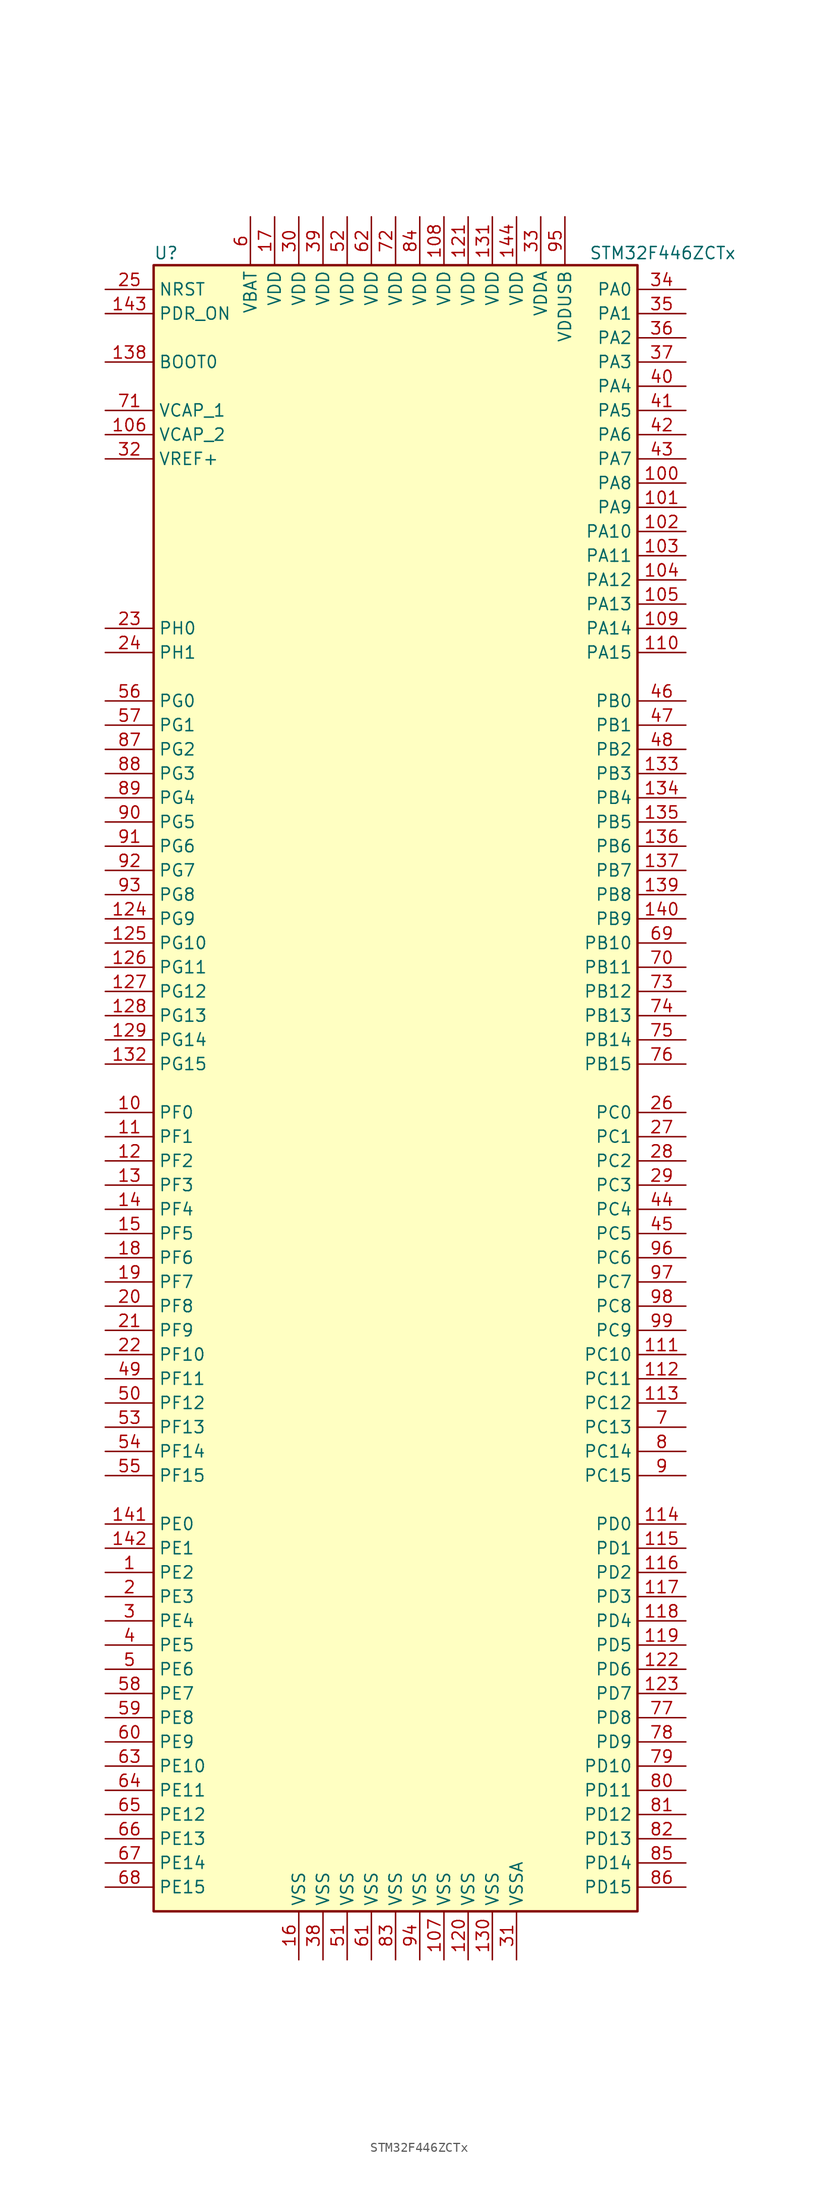
<source format=kicad_sym>
(kicad_symbol_lib
  (version 20201005)
  (generator kicad_symbol_editor)
  (symbol "MCU_ST_STM32F4:STM32F446ZCTx"
    (property "Reference" "U"
      (at -25.4 87.63 0)
      (effects (font (size 1.27 1.27)) (justify left)))
    (property "Value" "STM32F446ZCTx"
      (at 20.32 87.63 0)
      (effects (font (size 1.27 1.27)) (justify left)))
    (symbol "STM32F446ZCTx_0_1"
      (rectangle (start -25.4 -86.36) (end 25.4 86.36) (stroke (width 0.254)) (fill (type background))))
    (symbol "STM32F446ZCTx_1_1"
      (pin input line (at -30.48 76.2 0) (length 5.08) (name "BOOT0" (effects (font (size 1.27 1.27)))) (number "138" (effects (font (size 1.27 1.27)))))
      (pin input line (at -30.48 83.82 0) (length 5.08) (name "NRST" (effects (font (size 1.27 1.27)))) (number "25" (effects (font (size 1.27 1.27)))))
      (pin bidirectional line (at 30.48 83.82 180) (length 5.08) (name "PA0" (effects (font (size 1.27 1.27)))) (number "34" (effects (font (size 1.27 1.27)))))
      (pin bidirectional line (at 30.48 81.28 180) (length 5.08) (name "PA1" (effects (font (size 1.27 1.27)))) (number "35" (effects (font (size 1.27 1.27)))))
      (pin bidirectional line (at 30.48 58.42 180) (length 5.08) (name "PA10" (effects (font (size 1.27 1.27)))) (number "102" (effects (font (size 1.27 1.27)))))
      (pin bidirectional line (at 30.48 55.88 180) (length 5.08) (name "PA11" (effects (font (size 1.27 1.27)))) (number "103" (effects (font (size 1.27 1.27)))))
      (pin bidirectional line (at 30.48 53.34 180) (length 5.08) (name "PA12" (effects (font (size 1.27 1.27)))) (number "104" (effects (font (size 1.27 1.27)))))
      (pin bidirectional line (at 30.48 50.8 180) (length 5.08) (name "PA13" (effects (font (size 1.27 1.27)))) (number "105" (effects (font (size 1.27 1.27)))))
      (pin bidirectional line (at 30.48 48.26 180) (length 5.08) (name "PA14" (effects (font (size 1.27 1.27)))) (number "109" (effects (font (size 1.27 1.27)))))
      (pin bidirectional line (at 30.48 45.72 180) (length 5.08) (name "PA15" (effects (font (size 1.27 1.27)))) (number "110" (effects (font (size 1.27 1.27)))))
      (pin bidirectional line (at 30.48 78.74 180) (length 5.08) (name "PA2" (effects (font (size 1.27 1.27)))) (number "36" (effects (font (size 1.27 1.27)))))
      (pin bidirectional line (at 30.48 76.2 180) (length 5.08) (name "PA3" (effects (font (size 1.27 1.27)))) (number "37" (effects (font (size 1.27 1.27)))))
      (pin bidirectional line (at 30.48 73.66 180) (length 5.08) (name "PA4" (effects (font (size 1.27 1.27)))) (number "40" (effects (font (size 1.27 1.27)))))
      (pin bidirectional line (at 30.48 71.12 180) (length 5.08) (name "PA5" (effects (font (size 1.27 1.27)))) (number "41" (effects (font (size 1.27 1.27)))))
      (pin bidirectional line (at 30.48 68.58 180) (length 5.08) (name "PA6" (effects (font (size 1.27 1.27)))) (number "42" (effects (font (size 1.27 1.27)))))
      (pin bidirectional line (at 30.48 66.04 180) (length 5.08) (name "PA7" (effects (font (size 1.27 1.27)))) (number "43" (effects (font (size 1.27 1.27)))))
      (pin bidirectional line (at 30.48 63.5 180) (length 5.08) (name "PA8" (effects (font (size 1.27 1.27)))) (number "100" (effects (font (size 1.27 1.27)))))
      (pin bidirectional line (at 30.48 60.96 180) (length 5.08) (name "PA9" (effects (font (size 1.27 1.27)))) (number "101" (effects (font (size 1.27 1.27)))))
      (pin bidirectional line (at 30.48 40.64 180) (length 5.08) (name "PB0" (effects (font (size 1.27 1.27)))) (number "46" (effects (font (size 1.27 1.27)))))
      (pin bidirectional line (at 30.48 38.1 180) (length 5.08) (name "PB1" (effects (font (size 1.27 1.27)))) (number "47" (effects (font (size 1.27 1.27)))))
      (pin bidirectional line (at 30.48 15.24 180) (length 5.08) (name "PB10" (effects (font (size 1.27 1.27)))) (number "69" (effects (font (size 1.27 1.27)))))
      (pin bidirectional line (at 30.48 12.7 180) (length 5.08) (name "PB11" (effects (font (size 1.27 1.27)))) (number "70" (effects (font (size 1.27 1.27)))))
      (pin bidirectional line (at 30.48 10.16 180) (length 5.08) (name "PB12" (effects (font (size 1.27 1.27)))) (number "73" (effects (font (size 1.27 1.27)))))
      (pin bidirectional line (at 30.48 7.62 180) (length 5.08) (name "PB13" (effects (font (size 1.27 1.27)))) (number "74" (effects (font (size 1.27 1.27)))))
      (pin bidirectional line (at 30.48 5.08 180) (length 5.08) (name "PB14" (effects (font (size 1.27 1.27)))) (number "75" (effects (font (size 1.27 1.27)))))
      (pin bidirectional line (at 30.48 2.54 180) (length 5.08) (name "PB15" (effects (font (size 1.27 1.27)))) (number "76" (effects (font (size 1.27 1.27)))))
      (pin bidirectional line (at 30.48 35.56 180) (length 5.08) (name "PB2" (effects (font (size 1.27 1.27)))) (number "48" (effects (font (size 1.27 1.27)))))
      (pin bidirectional line (at 30.48 33.02 180) (length 5.08) (name "PB3" (effects (font (size 1.27 1.27)))) (number "133" (effects (font (size 1.27 1.27)))))
      (pin bidirectional line (at 30.48 30.48 180) (length 5.08) (name "PB4" (effects (font (size 1.27 1.27)))) (number "134" (effects (font (size 1.27 1.27)))))
      (pin bidirectional line (at 30.48 27.94 180) (length 5.08) (name "PB5" (effects (font (size 1.27 1.27)))) (number "135" (effects (font (size 1.27 1.27)))))
      (pin bidirectional line (at 30.48 25.4 180) (length 5.08) (name "PB6" (effects (font (size 1.27 1.27)))) (number "136" (effects (font (size 1.27 1.27)))))
      (pin bidirectional line (at 30.48 22.86 180) (length 5.08) (name "PB7" (effects (font (size 1.27 1.27)))) (number "137" (effects (font (size 1.27 1.27)))))
      (pin bidirectional line (at 30.48 20.32 180) (length 5.08) (name "PB8" (effects (font (size 1.27 1.27)))) (number "139" (effects (font (size 1.27 1.27)))))
      (pin bidirectional line (at 30.48 17.78 180) (length 5.08) (name "PB9" (effects (font (size 1.27 1.27)))) (number "140" (effects (font (size 1.27 1.27)))))
      (pin bidirectional line (at 30.48 -2.54 180) (length 5.08) (name "PC0" (effects (font (size 1.27 1.27)))) (number "26" (effects (font (size 1.27 1.27)))))
      (pin bidirectional line (at 30.48 -5.08 180) (length 5.08) (name "PC1" (effects (font (size 1.27 1.27)))) (number "27" (effects (font (size 1.27 1.27)))))
      (pin bidirectional line (at 30.48 -27.94 180) (length 5.08) (name "PC10" (effects (font (size 1.27 1.27)))) (number "111" (effects (font (size 1.27 1.27)))))
      (pin bidirectional line (at 30.48 -30.48 180) (length 5.08) (name "PC11" (effects (font (size 1.27 1.27)))) (number "112" (effects (font (size 1.27 1.27)))))
      (pin bidirectional line (at 30.48 -33.02 180) (length 5.08) (name "PC12" (effects (font (size 1.27 1.27)))) (number "113" (effects (font (size 1.27 1.27)))))
      (pin bidirectional line (at 30.48 -35.56 180) (length 5.08) (name "PC13" (effects (font (size 1.27 1.27)))) (number "7" (effects (font (size 1.27 1.27)))))
      (pin bidirectional line (at 30.48 -38.1 180) (length 5.08) (name "PC14" (effects (font (size 1.27 1.27)))) (number "8" (effects (font (size 1.27 1.27)))))
      (pin bidirectional line (at 30.48 -40.64 180) (length 5.08) (name "PC15" (effects (font (size 1.27 1.27)))) (number "9" (effects (font (size 1.27 1.27)))))
      (pin bidirectional line (at 30.48 -7.62 180) (length 5.08) (name "PC2" (effects (font (size 1.27 1.27)))) (number "28" (effects (font (size 1.27 1.27)))))
      (pin bidirectional line (at 30.48 -10.16 180) (length 5.08) (name "PC3" (effects (font (size 1.27 1.27)))) (number "29" (effects (font (size 1.27 1.27)))))
      (pin bidirectional line (at 30.48 -12.7 180) (length 5.08) (name "PC4" (effects (font (size 1.27 1.27)))) (number "44" (effects (font (size 1.27 1.27)))))
      (pin bidirectional line (at 30.48 -15.24 180) (length 5.08) (name "PC5" (effects (font (size 1.27 1.27)))) (number "45" (effects (font (size 1.27 1.27)))))
      (pin bidirectional line (at 30.48 -17.78 180) (length 5.08) (name "PC6" (effects (font (size 1.27 1.27)))) (number "96" (effects (font (size 1.27 1.27)))))
      (pin bidirectional line (at 30.48 -20.32 180) (length 5.08) (name "PC7" (effects (font (size 1.27 1.27)))) (number "97" (effects (font (size 1.27 1.27)))))
      (pin bidirectional line (at 30.48 -22.86 180) (length 5.08) (name "PC8" (effects (font (size 1.27 1.27)))) (number "98" (effects (font (size 1.27 1.27)))))
      (pin bidirectional line (at 30.48 -25.4 180) (length 5.08) (name "PC9" (effects (font (size 1.27 1.27)))) (number "99" (effects (font (size 1.27 1.27)))))
      (pin bidirectional line (at 30.48 -45.72 180) (length 5.08) (name "PD0" (effects (font (size 1.27 1.27)))) (number "114" (effects (font (size 1.27 1.27)))))
      (pin bidirectional line (at 30.48 -48.26 180) (length 5.08) (name "PD1" (effects (font (size 1.27 1.27)))) (number "115" (effects (font (size 1.27 1.27)))))
      (pin bidirectional line (at 30.48 -71.12 180) (length 5.08) (name "PD10" (effects (font (size 1.27 1.27)))) (number "79" (effects (font (size 1.27 1.27)))))
      (pin bidirectional line (at 30.48 -73.66 180) (length 5.08) (name "PD11" (effects (font (size 1.27 1.27)))) (number "80" (effects (font (size 1.27 1.27)))))
      (pin bidirectional line (at 30.48 -76.2 180) (length 5.08) (name "PD12" (effects (font (size 1.27 1.27)))) (number "81" (effects (font (size 1.27 1.27)))))
      (pin bidirectional line (at 30.48 -78.74 180) (length 5.08) (name "PD13" (effects (font (size 1.27 1.27)))) (number "82" (effects (font (size 1.27 1.27)))))
      (pin bidirectional line (at 30.48 -81.28 180) (length 5.08) (name "PD14" (effects (font (size 1.27 1.27)))) (number "85" (effects (font (size 1.27 1.27)))))
      (pin bidirectional line (at 30.48 -83.82 180) (length 5.08) (name "PD15" (effects (font (size 1.27 1.27)))) (number "86" (effects (font (size 1.27 1.27)))))
      (pin bidirectional line (at 30.48 -50.8 180) (length 5.08) (name "PD2" (effects (font (size 1.27 1.27)))) (number "116" (effects (font (size 1.27 1.27)))))
      (pin bidirectional line (at 30.48 -53.34 180) (length 5.08) (name "PD3" (effects (font (size 1.27 1.27)))) (number "117" (effects (font (size 1.27 1.27)))))
      (pin bidirectional line (at 30.48 -55.88 180) (length 5.08) (name "PD4" (effects (font (size 1.27 1.27)))) (number "118" (effects (font (size 1.27 1.27)))))
      (pin bidirectional line (at 30.48 -58.42 180) (length 5.08) (name "PD5" (effects (font (size 1.27 1.27)))) (number "119" (effects (font (size 1.27 1.27)))))
      (pin bidirectional line (at 30.48 -60.96 180) (length 5.08) (name "PD6" (effects (font (size 1.27 1.27)))) (number "122" (effects (font (size 1.27 1.27)))))
      (pin bidirectional line (at 30.48 -63.5 180) (length 5.08) (name "PD7" (effects (font (size 1.27 1.27)))) (number "123" (effects (font (size 1.27 1.27)))))
      (pin bidirectional line (at 30.48 -66.04 180) (length 5.08) (name "PD8" (effects (font (size 1.27 1.27)))) (number "77" (effects (font (size 1.27 1.27)))))
      (pin bidirectional line (at 30.48 -68.58 180) (length 5.08) (name "PD9" (effects (font (size 1.27 1.27)))) (number "78" (effects (font (size 1.27 1.27)))))
      (pin input line (at -30.48 81.28 0) (length 5.08) (name "PDR_ON" (effects (font (size 1.27 1.27)))) (number "143" (effects (font (size 1.27 1.27)))))
      (pin bidirectional line (at -30.48 -45.72 0) (length 5.08) (name "PE0" (effects (font (size 1.27 1.27)))) (number "141" (effects (font (size 1.27 1.27)))))
      (pin bidirectional line (at -30.48 -48.26 0) (length 5.08) (name "PE1" (effects (font (size 1.27 1.27)))) (number "142" (effects (font (size 1.27 1.27)))))
      (pin bidirectional line (at -30.48 -71.12 0) (length 5.08) (name "PE10" (effects (font (size 1.27 1.27)))) (number "63" (effects (font (size 1.27 1.27)))))
      (pin bidirectional line (at -30.48 -73.66 0) (length 5.08) (name "PE11" (effects (font (size 1.27 1.27)))) (number "64" (effects (font (size 1.27 1.27)))))
      (pin bidirectional line (at -30.48 -76.2 0) (length 5.08) (name "PE12" (effects (font (size 1.27 1.27)))) (number "65" (effects (font (size 1.27 1.27)))))
      (pin bidirectional line (at -30.48 -78.74 0) (length 5.08) (name "PE13" (effects (font (size 1.27 1.27)))) (number "66" (effects (font (size 1.27 1.27)))))
      (pin bidirectional line (at -30.48 -81.28 0) (length 5.08) (name "PE14" (effects (font (size 1.27 1.27)))) (number "67" (effects (font (size 1.27 1.27)))))
      (pin bidirectional line (at -30.48 -83.82 0) (length 5.08) (name "PE15" (effects (font (size 1.27 1.27)))) (number "68" (effects (font (size 1.27 1.27)))))
      (pin bidirectional line (at -30.48 -50.8 0) (length 5.08) (name "PE2" (effects (font (size 1.27 1.27)))) (number "1" (effects (font (size 1.27 1.27)))))
      (pin bidirectional line (at -30.48 -53.34 0) (length 5.08) (name "PE3" (effects (font (size 1.27 1.27)))) (number "2" (effects (font (size 1.27 1.27)))))
      (pin bidirectional line (at -30.48 -55.88 0) (length 5.08) (name "PE4" (effects (font (size 1.27 1.27)))) (number "3" (effects (font (size 1.27 1.27)))))
      (pin bidirectional line (at -30.48 -58.42 0) (length 5.08) (name "PE5" (effects (font (size 1.27 1.27)))) (number "4" (effects (font (size 1.27 1.27)))))
      (pin bidirectional line (at -30.48 -60.96 0) (length 5.08) (name "PE6" (effects (font (size 1.27 1.27)))) (number "5" (effects (font (size 1.27 1.27)))))
      (pin bidirectional line (at -30.48 -63.5 0) (length 5.08) (name "PE7" (effects (font (size 1.27 1.27)))) (number "58" (effects (font (size 1.27 1.27)))))
      (pin bidirectional line (at -30.48 -66.04 0) (length 5.08) (name "PE8" (effects (font (size 1.27 1.27)))) (number "59" (effects (font (size 1.27 1.27)))))
      (pin bidirectional line (at -30.48 -68.58 0) (length 5.08) (name "PE9" (effects (font (size 1.27 1.27)))) (number "60" (effects (font (size 1.27 1.27)))))
      (pin bidirectional line (at -30.48 -2.54 0) (length 5.08) (name "PF0" (effects (font (size 1.27 1.27)))) (number "10" (effects (font (size 1.27 1.27)))))
      (pin bidirectional line (at -30.48 -5.08 0) (length 5.08) (name "PF1" (effects (font (size 1.27 1.27)))) (number "11" (effects (font (size 1.27 1.27)))))
      (pin bidirectional line (at -30.48 -27.94 0) (length 5.08) (name "PF10" (effects (font (size 1.27 1.27)))) (number "22" (effects (font (size 1.27 1.27)))))
      (pin bidirectional line (at -30.48 -30.48 0) (length 5.08) (name "PF11" (effects (font (size 1.27 1.27)))) (number "49" (effects (font (size 1.27 1.27)))))
      (pin bidirectional line (at -30.48 -33.02 0) (length 5.08) (name "PF12" (effects (font (size 1.27 1.27)))) (number "50" (effects (font (size 1.27 1.27)))))
      (pin bidirectional line (at -30.48 -35.56 0) (length 5.08) (name "PF13" (effects (font (size 1.27 1.27)))) (number "53" (effects (font (size 1.27 1.27)))))
      (pin bidirectional line (at -30.48 -38.1 0) (length 5.08) (name "PF14" (effects (font (size 1.27 1.27)))) (number "54" (effects (font (size 1.27 1.27)))))
      (pin bidirectional line (at -30.48 -40.64 0) (length 5.08) (name "PF15" (effects (font (size 1.27 1.27)))) (number "55" (effects (font (size 1.27 1.27)))))
      (pin bidirectional line (at -30.48 -7.62 0) (length 5.08) (name "PF2" (effects (font (size 1.27 1.27)))) (number "12" (effects (font (size 1.27 1.27)))))
      (pin bidirectional line (at -30.48 -10.16 0) (length 5.08) (name "PF3" (effects (font (size 1.27 1.27)))) (number "13" (effects (font (size 1.27 1.27)))))
      (pin bidirectional line (at -30.48 -12.7 0) (length 5.08) (name "PF4" (effects (font (size 1.27 1.27)))) (number "14" (effects (font (size 1.27 1.27)))))
      (pin bidirectional line (at -30.48 -15.24 0) (length 5.08) (name "PF5" (effects (font (size 1.27 1.27)))) (number "15" (effects (font (size 1.27 1.27)))))
      (pin bidirectional line (at -30.48 -17.78 0) (length 5.08) (name "PF6" (effects (font (size 1.27 1.27)))) (number "18" (effects (font (size 1.27 1.27)))))
      (pin bidirectional line (at -30.48 -20.32 0) (length 5.08) (name "PF7" (effects (font (size 1.27 1.27)))) (number "19" (effects (font (size 1.27 1.27)))))
      (pin bidirectional line (at -30.48 -22.86 0) (length 5.08) (name "PF8" (effects (font (size 1.27 1.27)))) (number "20" (effects (font (size 1.27 1.27)))))
      (pin bidirectional line (at -30.48 -25.4 0) (length 5.08) (name "PF9" (effects (font (size 1.27 1.27)))) (number "21" (effects (font (size 1.27 1.27)))))
      (pin bidirectional line (at -30.48 40.64 0) (length 5.08) (name "PG0" (effects (font (size 1.27 1.27)))) (number "56" (effects (font (size 1.27 1.27)))))
      (pin bidirectional line (at -30.48 38.1 0) (length 5.08) (name "PG1" (effects (font (size 1.27 1.27)))) (number "57" (effects (font (size 1.27 1.27)))))
      (pin bidirectional line (at -30.48 15.24 0) (length 5.08) (name "PG10" (effects (font (size 1.27 1.27)))) (number "125" (effects (font (size 1.27 1.27)))))
      (pin bidirectional line (at -30.48 12.7 0) (length 5.08) (name "PG11" (effects (font (size 1.27 1.27)))) (number "126" (effects (font (size 1.27 1.27)))))
      (pin bidirectional line (at -30.48 10.16 0) (length 5.08) (name "PG12" (effects (font (size 1.27 1.27)))) (number "127" (effects (font (size 1.27 1.27)))))
      (pin bidirectional line (at -30.48 7.62 0) (length 5.08) (name "PG13" (effects (font (size 1.27 1.27)))) (number "128" (effects (font (size 1.27 1.27)))))
      (pin bidirectional line (at -30.48 5.08 0) (length 5.08) (name "PG14" (effects (font (size 1.27 1.27)))) (number "129" (effects (font (size 1.27 1.27)))))
      (pin bidirectional line (at -30.48 2.54 0) (length 5.08) (name "PG15" (effects (font (size 1.27 1.27)))) (number "132" (effects (font (size 1.27 1.27)))))
      (pin bidirectional line (at -30.48 35.56 0) (length 5.08) (name "PG2" (effects (font (size 1.27 1.27)))) (number "87" (effects (font (size 1.27 1.27)))))
      (pin bidirectional line (at -30.48 33.02 0) (length 5.08) (name "PG3" (effects (font (size 1.27 1.27)))) (number "88" (effects (font (size 1.27 1.27)))))
      (pin bidirectional line (at -30.48 30.48 0) (length 5.08) (name "PG4" (effects (font (size 1.27 1.27)))) (number "89" (effects (font (size 1.27 1.27)))))
      (pin bidirectional line (at -30.48 27.94 0) (length 5.08) (name "PG5" (effects (font (size 1.27 1.27)))) (number "90" (effects (font (size 1.27 1.27)))))
      (pin bidirectional line (at -30.48 25.4 0) (length 5.08) (name "PG6" (effects (font (size 1.27 1.27)))) (number "91" (effects (font (size 1.27 1.27)))))
      (pin bidirectional line (at -30.48 22.86 0) (length 5.08) (name "PG7" (effects (font (size 1.27 1.27)))) (number "92" (effects (font (size 1.27 1.27)))))
      (pin bidirectional line (at -30.48 20.32 0) (length 5.08) (name "PG8" (effects (font (size 1.27 1.27)))) (number "93" (effects (font (size 1.27 1.27)))))
      (pin bidirectional line (at -30.48 17.78 0) (length 5.08) (name "PG9" (effects (font (size 1.27 1.27)))) (number "124" (effects (font (size 1.27 1.27)))))
      (pin input line (at -30.48 48.26 0) (length 5.08) (name "PH0" (effects (font (size 1.27 1.27)))) (number "23" (effects (font (size 1.27 1.27)))))
      (pin input line (at -30.48 45.72 0) (length 5.08) (name "PH1" (effects (font (size 1.27 1.27)))) (number "24" (effects (font (size 1.27 1.27)))))
      (pin power_in line (at -15.24 91.44 270) (length 5.08) (name "VBAT" (effects (font (size 1.27 1.27)))) (number "6" (effects (font (size 1.27 1.27)))))
      (pin power_in line (at -30.48 71.12 0) (length 5.08) (name "VCAP_1" (effects (font (size 1.27 1.27)))) (number "71" (effects (font (size 1.27 1.27)))))
      (pin power_in line (at -30.48 68.58 0) (length 5.08) (name "VCAP_2" (effects (font (size 1.27 1.27)))) (number "106" (effects (font (size 1.27 1.27)))))
      (pin power_in line (at 5.08 91.44 270) (length 5.08) (name "VDD" (effects (font (size 1.27 1.27)))) (number "108" (effects (font (size 1.27 1.27)))))
      (pin power_in line (at 7.62 91.44 270) (length 5.08) (name "VDD" (effects (font (size 1.27 1.27)))) (number "121" (effects (font (size 1.27 1.27)))))
      (pin power_in line (at 10.16 91.44 270) (length 5.08) (name "VDD" (effects (font (size 1.27 1.27)))) (number "131" (effects (font (size 1.27 1.27)))))
      (pin power_in line (at 12.7 91.44 270) (length 5.08) (name "VDD" (effects (font (size 1.27 1.27)))) (number "144" (effects (font (size 1.27 1.27)))))
      (pin power_in line (at -12.7 91.44 270) (length 5.08) (name "VDD" (effects (font (size 1.27 1.27)))) (number "17" (effects (font (size 1.27 1.27)))))
      (pin power_in line (at -10.16 91.44 270) (length 5.08) (name "VDD" (effects (font (size 1.27 1.27)))) (number "30" (effects (font (size 1.27 1.27)))))
      (pin power_in line (at -7.62 91.44 270) (length 5.08) (name "VDD" (effects (font (size 1.27 1.27)))) (number "39" (effects (font (size 1.27 1.27)))))
      (pin power_in line (at -5.08 91.44 270) (length 5.08) (name "VDD" (effects (font (size 1.27 1.27)))) (number "52" (effects (font (size 1.27 1.27)))))
      (pin power_in line (at -2.54 91.44 270) (length 5.08) (name "VDD" (effects (font (size 1.27 1.27)))) (number "62" (effects (font (size 1.27 1.27)))))
      (pin power_in line (at 0 91.44 270) (length 5.08) (name "VDD" (effects (font (size 1.27 1.27)))) (number "72" (effects (font (size 1.27 1.27)))))
      (pin power_in line (at 2.54 91.44 270) (length 5.08) (name "VDD" (effects (font (size 1.27 1.27)))) (number "84" (effects (font (size 1.27 1.27)))))
      (pin power_in line (at 15.24 91.44 270) (length 5.08) (name "VDDA" (effects (font (size 1.27 1.27)))) (number "33" (effects (font (size 1.27 1.27)))))
      (pin power_in line (at 17.78 91.44 270) (length 5.08) (name "VDDUSB" (effects (font (size 1.27 1.27)))) (number "95" (effects (font (size 1.27 1.27)))))
      (pin power_in line (at -30.48 66.04 0) (length 5.08) (name "VREF+" (effects (font (size 1.27 1.27)))) (number "32" (effects (font (size 1.27 1.27)))))
      (pin power_in line (at 5.08 -91.44 90) (length 5.08) (name "VSS" (effects (font (size 1.27 1.27)))) (number "107" (effects (font (size 1.27 1.27)))))
      (pin power_in line (at 7.62 -91.44 90) (length 5.08) (name "VSS" (effects (font (size 1.27 1.27)))) (number "120" (effects (font (size 1.27 1.27)))))
      (pin power_in line (at 10.16 -91.44 90) (length 5.08) (name "VSS" (effects (font (size 1.27 1.27)))) (number "130" (effects (font (size 1.27 1.27)))))
      (pin power_in line (at -10.16 -91.44 90) (length 5.08) (name "VSS" (effects (font (size 1.27 1.27)))) (number "16" (effects (font (size 1.27 1.27)))))
      (pin power_in line (at -7.62 -91.44 90) (length 5.08) (name "VSS" (effects (font (size 1.27 1.27)))) (number "38" (effects (font (size 1.27 1.27)))))
      (pin power_in line (at -5.08 -91.44 90) (length 5.08) (name "VSS" (effects (font (size 1.27 1.27)))) (number "51" (effects (font (size 1.27 1.27)))))
      (pin power_in line (at -2.54 -91.44 90) (length 5.08) (name "VSS" (effects (font (size 1.27 1.27)))) (number "61" (effects (font (size 1.27 1.27)))))
      (pin power_in line (at 0 -91.44 90) (length 5.08) (name "VSS" (effects (font (size 1.27 1.27)))) (number "83" (effects (font (size 1.27 1.27)))))
      (pin power_in line (at 2.54 -91.44 90) (length 5.08) (name "VSS" (effects (font (size 1.27 1.27)))) (number "94" (effects (font (size 1.27 1.27)))))
      (pin power_in line (at 12.7 -91.44 90) (length 5.08) (name "VSSA" (effects (font (size 1.27 1.27)))) (number "31" (effects (font (size 1.27 1.27))))))))
</source>
